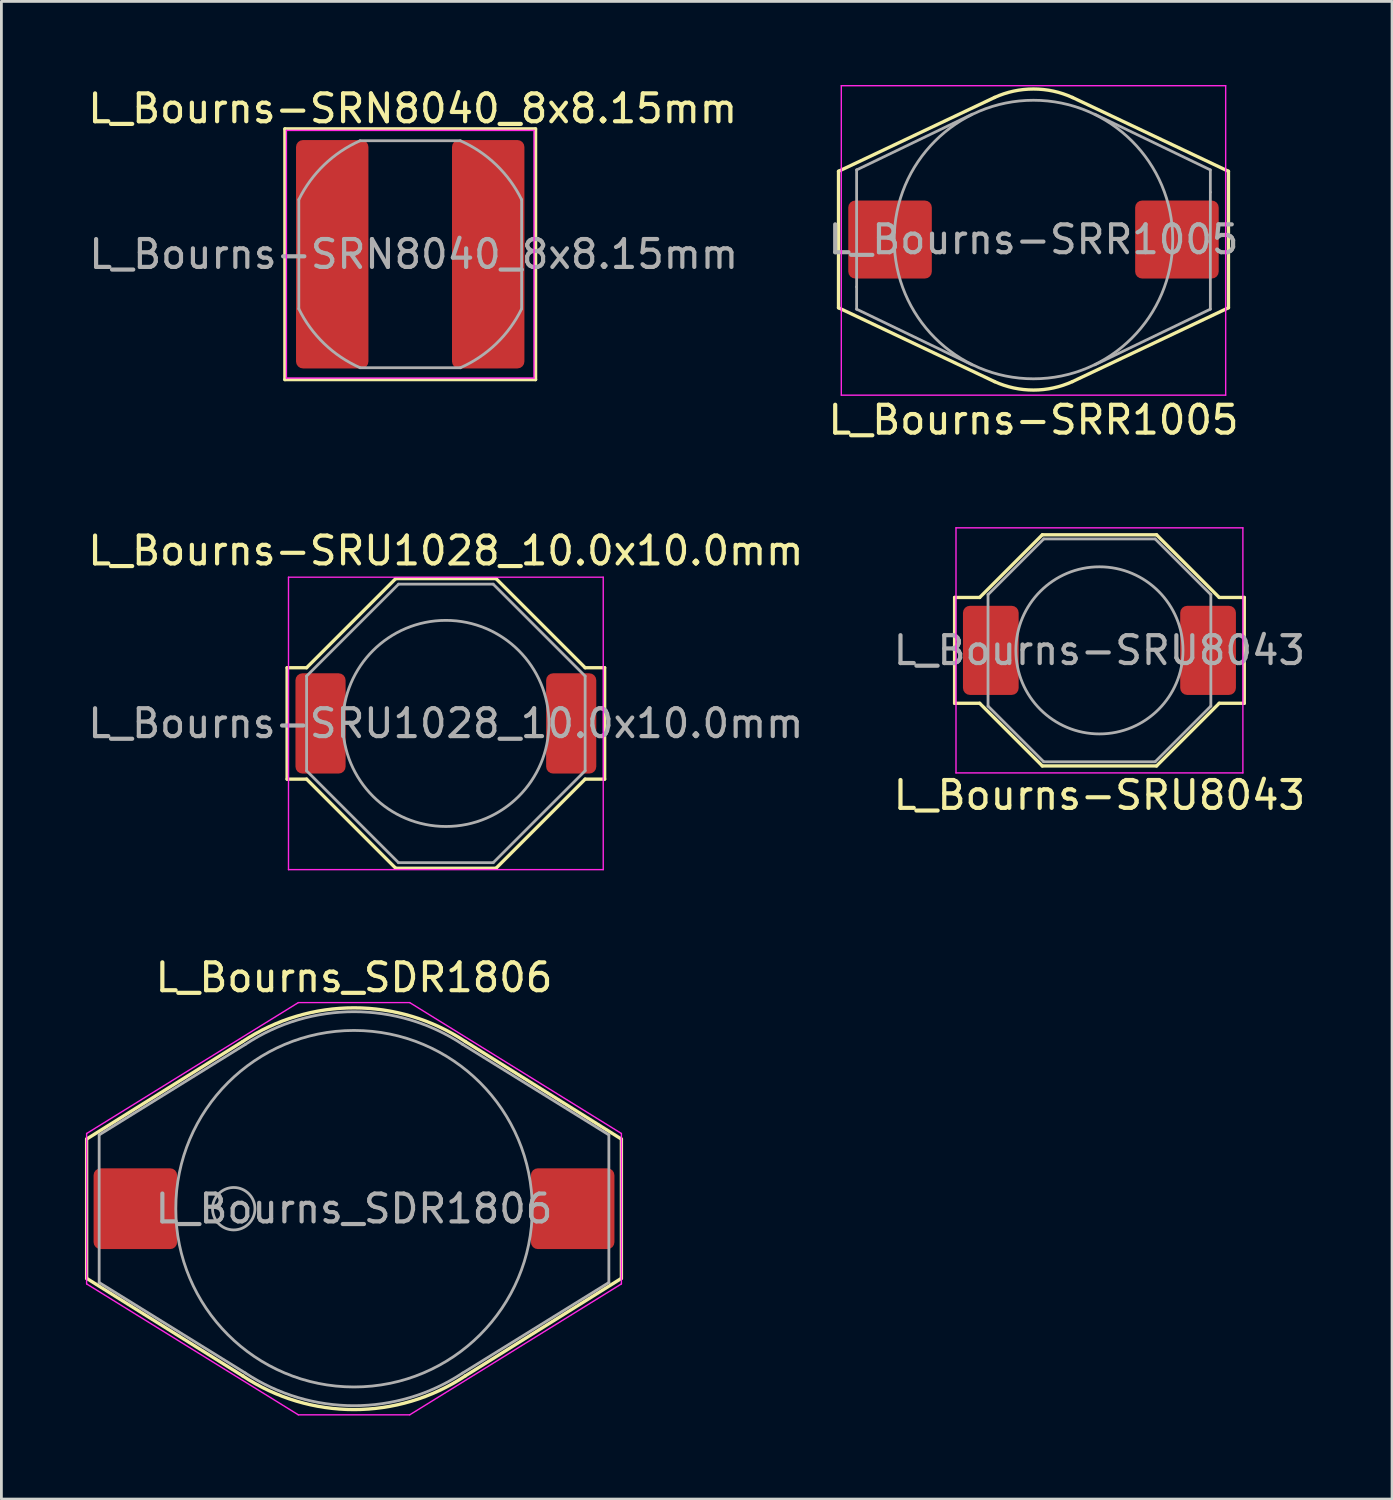
<source format=kicad_pcb>
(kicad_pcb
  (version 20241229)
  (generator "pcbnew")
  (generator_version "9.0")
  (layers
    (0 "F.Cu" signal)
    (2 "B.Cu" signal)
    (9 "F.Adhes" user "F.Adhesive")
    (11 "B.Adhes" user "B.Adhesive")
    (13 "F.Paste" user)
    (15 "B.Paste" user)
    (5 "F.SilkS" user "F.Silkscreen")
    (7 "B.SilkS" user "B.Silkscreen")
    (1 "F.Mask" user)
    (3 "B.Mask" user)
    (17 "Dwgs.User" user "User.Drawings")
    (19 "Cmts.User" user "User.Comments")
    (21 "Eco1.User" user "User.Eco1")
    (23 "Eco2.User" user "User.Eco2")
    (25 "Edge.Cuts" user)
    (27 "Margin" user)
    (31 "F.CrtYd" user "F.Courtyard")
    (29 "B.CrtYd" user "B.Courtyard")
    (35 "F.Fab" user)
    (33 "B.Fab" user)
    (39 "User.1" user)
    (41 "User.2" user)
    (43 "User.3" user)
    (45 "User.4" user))
  (footprint "L_Bourns-SRU1028_10.0x10.0mm"
    (layer "F.Cu")
    (at 12.958 22.923)
    (property "Reference" "L_Bourns-SRU1028_10.0x10.0mm" (at 0 -6.2 0) (layer "F.SilkS") (effects (font (size 1 1) (thickness 0.15))))
    (attr smd)
    (fp_line (start -5.7 -2) (end -5.7 2) (stroke (width 0.12) (type solid)) (layer "F.SilkS"))
    (fp_line (start -5.7 2) (end -5 2) (stroke (width 0.12) (type solid)) (layer "F.SilkS"))
    (fp_line (start -5 -2) (end -5.7 -2) (stroke (width 0.12) (type solid)) (layer "F.SilkS"))
    (fp_line (start -1.8 -5.2) (end -5 -2) (stroke (width 0.12) (type solid)) (layer "F.SilkS"))
    (fp_line (start -1.8 -5.2) (end 1.8 -5.2) (stroke (width 0.12) (type solid)) (layer "F.SilkS"))
    (fp_line (start -1.8 5.2) (end -5 2) (stroke (width 0.12) (type solid)) (layer "F.SilkS"))
    (fp_line (start 1.8 -5.2) (end 5 -2) (stroke (width 0.12) (type solid)) (layer "F.SilkS"))
    (fp_line (start 1.8 5.2) (end -1.8 5.2) (stroke (width 0.12) (type solid)) (layer "F.SilkS"))
    (fp_line (start 1.8 5.2) (end 5 2) (stroke (width 0.12) (type solid)) (layer "F.SilkS"))
    (fp_line (start 5 -2) (end 5.7 -2) (stroke (width 0.12) (type solid)) (layer "F.SilkS"))
    (fp_line (start 5.7 -2) (end 5.7 2) (stroke (width 0.12) (type solid)) (layer "F.SilkS"))
    (fp_line (start 5.7 2) (end 5 2) (stroke (width 0.12) (type solid)) (layer "F.SilkS"))
    (fp_line (start -5.65 -5.25) (end 5.65 -5.25) (stroke (width 0.05) (type solid)) (layer "F.CrtYd"))
    (fp_line (start -5.65 5.25) (end -5.65 -5.25) (stroke (width 0.05) (type solid)) (layer "F.CrtYd"))
    (fp_line (start 5.65 -5.25) (end 5.65 5.25) (stroke (width 0.05) (type solid)) (layer "F.CrtYd"))
    (fp_line (start 5.65 5.25) (end -5.65 5.25) (stroke (width 0.05) (type solid)) (layer "F.CrtYd"))
    (fp_line (start -5 -1.7) (end -1.7 -5) (stroke (width 0.1) (type solid)) (layer "F.Fab"))
    (fp_line (start -5 1.7) (end -5 -1.7) (stroke (width 0.1) (type solid)) (layer "F.Fab"))
    (fp_line (start -1.7 -5) (end 1.7 -5) (stroke (width 0.1) (type solid)) (layer "F.Fab"))
    (fp_line (start -1.7 5) (end -5 1.7) (stroke (width 0.1) (type solid)) (layer "F.Fab"))
    (fp_line (start 1.7 -5) (end 5 -1.7) (stroke (width 0.1) (type solid)) (layer "F.Fab"))
    (fp_line (start 1.7 5) (end -1.7 5) (stroke (width 0.1) (type solid)) (layer "F.Fab"))
    (fp_line (start 5 -1.7) (end 5 1.7) (stroke (width 0.1) (type solid)) (layer "F.Fab"))
    (fp_line (start 5 1.7) (end 1.7 5) (stroke (width 0.1) (type solid)) (layer "F.Fab"))
    (fp_circle (center 0 0) (end 3.7 0) (stroke (width 0.1) (type solid)) (fill no) (layer "F.Fab"))
    (fp_text user "${REFERENCE}" (at 0 0 0) (layer "F.Fab") (effects (font (size 1 1) (thickness 0.15))))
    (pad "1" smd roundrect (at -4.5 0) (size 1.8 3.6) (layers "F.Cu" "F.Mask" "F.Paste") (roundrect_rratio 0.139))
    (pad "2" smd roundrect (at 4.5 0) (size 1.8 3.6) (layers "F.Cu" "F.Mask" "F.Paste") (roundrect_rratio 0.139)))
  (footprint "L_Bourns-SRU8043"
    (layer "F.Cu")
    (at 36.423 20.3)
    (property "Reference" "L_Bourns-SRU8043" (at 0 5.2 0) (layer "F.SilkS") (effects (font (size 1 1) (thickness 0.15))))
    (attr smd)
    (fp_line (start -5.2 -1.9) (end -5.2 1.9) (stroke (width 0.12) (type solid)) (layer "F.SilkS"))
    (fp_line (start -5.2 1.9) (end -4.3 1.9) (stroke (width 0.12) (type solid)) (layer "F.SilkS"))
    (fp_line (start -4.3 -1.9) (end -5.2 -1.9) (stroke (width 0.12) (type solid)) (layer "F.SilkS"))
    (fp_line (start -2.05 -4.15) (end -4.3 -1.9) (stroke (width 0.12) (type solid)) (layer "F.SilkS"))
    (fp_line (start -2.05 -4.15) (end 2.05 -4.15) (stroke (width 0.12) (type solid)) (layer "F.SilkS"))
    (fp_line (start -2.05 4.15) (end -4.3 1.9) (stroke (width 0.12) (type solid)) (layer "F.SilkS"))
    (fp_line (start 2.05 -4.15) (end 4.3 -1.9) (stroke (width 0.12) (type solid)) (layer "F.SilkS"))
    (fp_line (start 2.05 4.15) (end -2.05 4.15) (stroke (width 0.12) (type solid)) (layer "F.SilkS"))
    (fp_line (start 2.05 4.15) (end 4.3 1.9) (stroke (width 0.12) (type solid)) (layer "F.SilkS"))
    (fp_line (start 4.3 -1.9) (end 5.2 -1.9) (stroke (width 0.12) (type solid)) (layer "F.SilkS"))
    (fp_line (start 5.2 -1.9) (end 5.2 1.9) (stroke (width 0.12) (type solid)) (layer "F.SilkS"))
    (fp_line (start 5.2 1.9) (end 4.3 1.9) (stroke (width 0.12) (type solid)) (layer "F.SilkS"))
    (fp_line (start -5.15 -4.4) (end 5.15 -4.4) (stroke (width 0.05) (type solid)) (layer "F.CrtYd"))
    (fp_line (start -5.15 4.4) (end -5.15 -4.4) (stroke (width 0.05) (type solid)) (layer "F.CrtYd"))
    (fp_line (start 5.15 -4.4) (end 5.15 4.4) (stroke (width 0.05) (type solid)) (layer "F.CrtYd"))
    (fp_line (start 5.15 4.4) (end -5.15 4.4) (stroke (width 0.05) (type solid)) (layer "F.CrtYd"))
    (fp_line (start -4 -2) (end -2 -4) (stroke (width 0.1) (type solid)) (layer "F.Fab"))
    (fp_line (start -4 2) (end -4 -2) (stroke (width 0.1) (type solid)) (layer "F.Fab"))
    (fp_line (start -2 -4) (end 2 -4) (stroke (width 0.1) (type solid)) (layer "F.Fab"))
    (fp_line (start -2 4) (end -4 2) (stroke (width 0.1) (type solid)) (layer "F.Fab"))
    (fp_line (start 2 -4) (end 4 -2) (stroke (width 0.1) (type solid)) (layer "F.Fab"))
    (fp_line (start 2 4) (end -2 4) (stroke (width 0.1) (type solid)) (layer "F.Fab"))
    (fp_line (start 4 -2) (end 4 2) (stroke (width 0.1) (type solid)) (layer "F.Fab"))
    (fp_line (start 4 2) (end 2 4) (stroke (width 0.1) (type solid)) (layer "F.Fab"))
    (fp_circle (center 0 0) (end 0 -3) (stroke (width 0.1) (type solid)) (fill no) (layer "F.Fab"))
    (fp_text user "${REFERENCE}" (at 0 0 0) (layer "F.Fab") (effects (font (size 1 1) (thickness 0.15))))
    (pad "1" smd roundrect (at -3.9 0) (size 2 3.2) (layers "F.Cu" "F.Mask" "F.Paste") (roundrect_rratio 0.125))
    (pad "2" smd roundrect (at 3.9 0) (size 2 3.2) (layers "F.Cu" "F.Mask" "F.Paste") (roundrect_rratio 0.125)))
  (footprint "L_Bourns-SRR1005"
    (layer "F.Cu")
    (at 34.055 5.55)
    (property "Reference" "L_Bourns-SRR1005" (at 0 6.477 0) (layer "F.SilkS") (effects (font (size 1 1) (thickness 0.15))))
    (attr smd)
    (fp_line (start -7 -2.45) (end -7 2.45) (stroke (width 0.12) (type solid)) (layer "F.SilkS"))
    (fp_line (start -7 -2.45) (end -1.4 -5.1) (stroke (width 0.12) (type solid)) (layer "F.SilkS"))
    (fp_line (start -7 2.45) (end -1.4 5.1) (stroke (width 0.12) (type solid)) (layer "F.SilkS"))
    (fp_line (start 7 -2.45) (end 1.4 -5.1) (stroke (width 0.12) (type solid)) (layer "F.SilkS"))
    (fp_line (start 7 -2.45) (end 7 2.45) (stroke (width 0.12) (type solid)) (layer "F.SilkS"))
    (fp_line (start 7 2.45) (end 1.4 5.1) (stroke (width 0.12) (type solid)) (layer "F.SilkS"))
    (fp_arc (start -1.4 -5.099999) (mid -0.000001 -5.404331) (end 1.399999 -5.099999) (stroke (width 0.12) (type solid)) (layer "F.SilkS"))
    (fp_arc (start 1.4 5.099999) (mid 0.000001 5.404331) (end -1.399999 5.099999) (stroke (width 0.12) (type solid)) (layer "F.SilkS"))
    (fp_line (start -6.9 -5.524) (end -6.9 5.588) (stroke (width 0.05) (type solid)) (layer "F.CrtYd"))
    (fp_line (start -6.9 -5.524) (end 6.9 -5.524) (stroke (width 0.05) (type solid)) (layer "F.CrtYd"))
    (fp_line (start -6.9 5.588) (end 6.9 5.588) (stroke (width 0.05) (type solid)) (layer "F.CrtYd"))
    (fp_line (start 6.9 -5.524) (end 6.9 5.588) (stroke (width 0.05) (type solid)) (layer "F.CrtYd"))
    (fp_line (start -6.35 -2.5) (end -2.2 -4.5) (stroke (width 0.1) (type solid)) (layer "F.Fab"))
    (fp_line (start -6.35 1.7) (end -6.35 -2.5) (stroke (width 0.1) (type solid)) (layer "F.Fab"))
    (fp_line (start -6.35 2.5) (end -6.35 1.7) (stroke (width 0.1) (type solid)) (layer "F.Fab"))
    (fp_line (start -6.35 2.5) (end -2.2 4.5) (stroke (width 0.1) (type solid)) (layer "F.Fab"))
    (fp_line (start 6.35 -2.5) (end 2.2 -4.5) (stroke (width 0.1) (type solid)) (layer "F.Fab"))
    (fp_line (start 6.35 -1.7) (end 6.35 -2.5) (stroke (width 0.1) (type solid)) (layer "F.Fab"))
    (fp_line (start 6.35 2.5) (end 2.2 4.5) (stroke (width 0.1) (type solid)) (layer "F.Fab"))
    (fp_line (start 6.35 2.5) (end 6.35 -1.7) (stroke (width 0.1) (type solid)) (layer "F.Fab"))
    (fp_circle (center 0 0) (end 0 -5) (stroke (width 0.1) (type solid)) (fill no) (layer "F.Fab"))
    (fp_text user "${REFERENCE}" (at 0 0 0) (layer "F.Fab") (effects (font (size 1 1) (thickness 0.15))))
    (pad "1" smd roundrect (at -5.15 0) (size 3 2.8) (layers "F.Cu" "F.Mask" "F.Paste") (roundrect_rratio 0.089))
    (pad "2" smd roundrect (at 5.15 0) (size 3 2.8) (layers "F.Cu" "F.Mask" "F.Paste") (roundrect_rratio 0.089)))
  (footprint "L_Bourns-SRN8040_8x8.15mm"
    (layer "F.Cu")
    (at 11.678 6.078)
    (property "Reference" "L_Bourns-SRN8040_8x8.15mm" (at 0.09 -5.23 0) (layer "F.SilkS") (effects (font (size 1 1) (thickness 0.15))))
    (attr smd)
    (fp_line (start -4.5 -4.5) (end -4.5 4.5) (stroke (width 0.12) (type solid)) (layer "F.SilkS"))
    (fp_line (start -4.5 4.5) (end 4.5 4.5) (stroke (width 0.12) (type solid)) (layer "F.SilkS"))
    (fp_line (start 4.5 -4.5) (end -4.5 -4.5) (stroke (width 0.12) (type solid)) (layer "F.SilkS"))
    (fp_line (start 4.5 4.5) (end 4.5 -4.5) (stroke (width 0.12) (type solid)) (layer "F.SilkS"))
    (fp_line (start -4.445 -4.445) (end -4.445 4.445) (stroke (width 0.05) (type solid)) (layer "F.CrtYd"))
    (fp_line (start -4.445 -4.445) (end 4.445 -4.445) (stroke (width 0.05) (type solid)) (layer "F.CrtYd"))
    (fp_line (start -4.445 4.445) (end 4.445 4.445) (stroke (width 0.05) (type solid)) (layer "F.CrtYd"))
    (fp_line (start 4.445 -4.445) (end 4.445 4.445) (stroke (width 0.05) (type solid)) (layer "F.CrtYd"))
    (fp_line (start -4 -1.96) (end -4 1.96) (stroke (width 0.1) (type solid)) (layer "F.Fab"))
    (fp_line (start -1.8 -4.075) (end 1.8 -4.075) (stroke (width 0.1) (type solid)) (layer "F.Fab"))
    (fp_line (start 1.8 4.075) (end -1.8 4.075) (stroke (width 0.1) (type solid)) (layer "F.Fab"))
    (fp_line (start 4 -1.96) (end 4 1.96) (stroke (width 0.1) (type solid)) (layer "F.Fab"))
    (fp_arc (start -3.99824 -1.964613) (mid -3.085179 -3.213611) (end -1.8 -4.075) (stroke (width 0.1) (type solid)) (layer "F.Fab"))
    (fp_arc (start -1.804314 4.072598) (mid -3.088411 3.209878) (end -4 1.96) (stroke (width 0.1) (type solid)) (layer "F.Fab"))
    (fp_arc (start 1.799817 -4.074587) (mid 3.086639 -3.211582) (end 4 -1.96) (stroke (width 0.1) (type solid)) (layer "F.Fab"))
    (fp_arc (start 3.99824 1.964613) (mid 3.085179 3.213611) (end 1.8 4.075) (stroke (width 0.1) (type solid)) (layer "F.Fab"))
    (fp_text user "${REFERENCE}" (at 0.127 0 0) (layer "F.Fab") (effects (font (size 1 1) (thickness 0.15))))
    (pad "1" smd roundrect (at -2.8 0) (size 2.6 8.2) (layers "F.Cu" "F.Mask" "F.Paste") (roundrect_rratio 0.096))
    (pad "2" smd roundrect (at 2.8 0) (size 2.6 8.2) (layers "F.Cu" "F.Mask" "F.Paste") (roundrect_rratio 0.096)))
  (footprint "L_Bourns_SDR1806"
    (layer "F.Cu")
    (at 9.66 40.346)
    (property "Reference" "L_Bourns_SDR1806" (at 0 -8.3 0) (layer "F.SilkS") (effects (font (size 1 1) (thickness 0.15))))
    (attr smd)
    (fp_line (start -9.6 -2.5) (end -9.6 2.5) (stroke (width 0.12) (type solid)) (layer "F.SilkS"))
    (fp_line (start -9.6 -2.5) (end -4 -6) (stroke (width 0.12) (type solid)) (layer "F.SilkS"))
    (fp_line (start -4 6) (end -9.6 2.5) (stroke (width 0.12) (type solid)) (layer "F.SilkS"))
    (fp_line (start 4 -6) (end 9.6 -2.5) (stroke (width 0.12) (type solid)) (layer "F.SilkS"))
    (fp_line (start 9.6 -2.5) (end 9.6 2.5) (stroke (width 0.12) (type solid)) (layer "F.SilkS"))
    (fp_line (start 9.6 2.5) (end 4 6) (stroke (width 0.12) (type solid)) (layer "F.SilkS"))
    (fp_arc (start -3.991604 -6.005589) (mid 0.005043 -7.211101) (end 4 -6) (stroke (width 0.12) (type solid)) (layer "F.SilkS"))
    (fp_arc (start 3.991604 6.005589) (mid -0.005043 7.211101) (end -4 6) (stroke (width 0.12) (type solid)) (layer "F.SilkS"))
    (fp_line (start -9.6 2.7) (end -9.6 -2.7) (stroke (width 0.05) (type solid)) (layer "F.CrtYd"))
    (fp_line (start -9.6 2.7) (end -2 7.4) (stroke (width 0.05) (type solid)) (layer "F.CrtYd"))
    (fp_line (start -2 -7.4) (end -9.6 -2.7) (stroke (width 0.05) (type solid)) (layer "F.CrtYd"))
    (fp_line (start -2 -7.4) (end 2 -7.4) (stroke (width 0.05) (type solid)) (layer "F.CrtYd"))
    (fp_line (start 2 7.4) (end -2 7.4) (stroke (width 0.05) (type solid)) (layer "F.CrtYd"))
    (fp_line (start 2 7.4) (end 9.6 2.7) (stroke (width 0.05) (type solid)) (layer "F.CrtYd"))
    (fp_line (start 9.6 -2.7) (end 2 -7.4) (stroke (width 0.05) (type solid)) (layer "F.CrtYd"))
    (fp_line (start 9.6 -2.7) (end 9.6 2.7) (stroke (width 0.05) (type solid)) (layer "F.CrtYd"))
    (fp_line (start -9.15 -2.65) (end -9.15 2.65) (stroke (width 0.1) (type solid)) (layer "F.Fab"))
    (fp_line (start -9.15 -2.65) (end -3.9 -5.9) (stroke (width 0.1) (type solid)) (layer "F.Fab"))
    (fp_line (start -3.9 5.9) (end -9.15 2.65) (stroke (width 0.1) (type solid)) (layer "F.Fab"))
    (fp_line (start 3.9 -5.9) (end 9.15 -2.65) (stroke (width 0.1) (type solid)) (layer "F.Fab"))
    (fp_line (start 9.15 2.65) (end 3.9 5.9) (stroke (width 0.1) (type solid)) (layer "F.Fab"))
    (fp_line (start 9.15 2.65) (end 9.15 -2.65) (stroke (width 0.1) (type solid)) (layer "F.Fab"))
    (fp_arc (start -3.896832 -5.902093) (mid 0.001898 -7.072482) (end 3.9 -5.9) (stroke (width 0.1) (type solid)) (layer "F.Fab"))
    (fp_arc (start 3.896832 5.902093) (mid -0.001898 7.072482) (end -3.9 5.9) (stroke (width 0.1) (type solid)) (layer "F.Fab"))
    (fp_circle (center -4.318 0) (end -4.318 -0.762) (stroke (width 0.1) (type solid)) (fill no) (layer "F.Fab"))
    (fp_circle (center 0 0) (end 0 -6.4) (stroke (width 0.1) (type solid)) (fill no) (layer "F.Fab"))
    (fp_text user "${REFERENCE}" (at 0 0 0) (layer "F.Fab") (effects (font (size 1 1) (thickness 0.15))))
    (pad "1" smd roundrect (at -7.85 0) (size 3 2.9) (layers "F.Cu" "F.Mask" "F.Paste") (roundrect_rratio 0.086))
    (pad "2" smd roundrect (at 7.85 0 180) (size 3 2.9) (layers "F.Cu" "F.Mask" "F.Paste") (roundrect_rratio 0.086)))
  (gr_rect
    (start -3 -3)
    (end 46.929 50.771)
    (stroke (width 0.1) (type default))
    (fill no)
    (layer "Edge.Cuts")))
</source>
